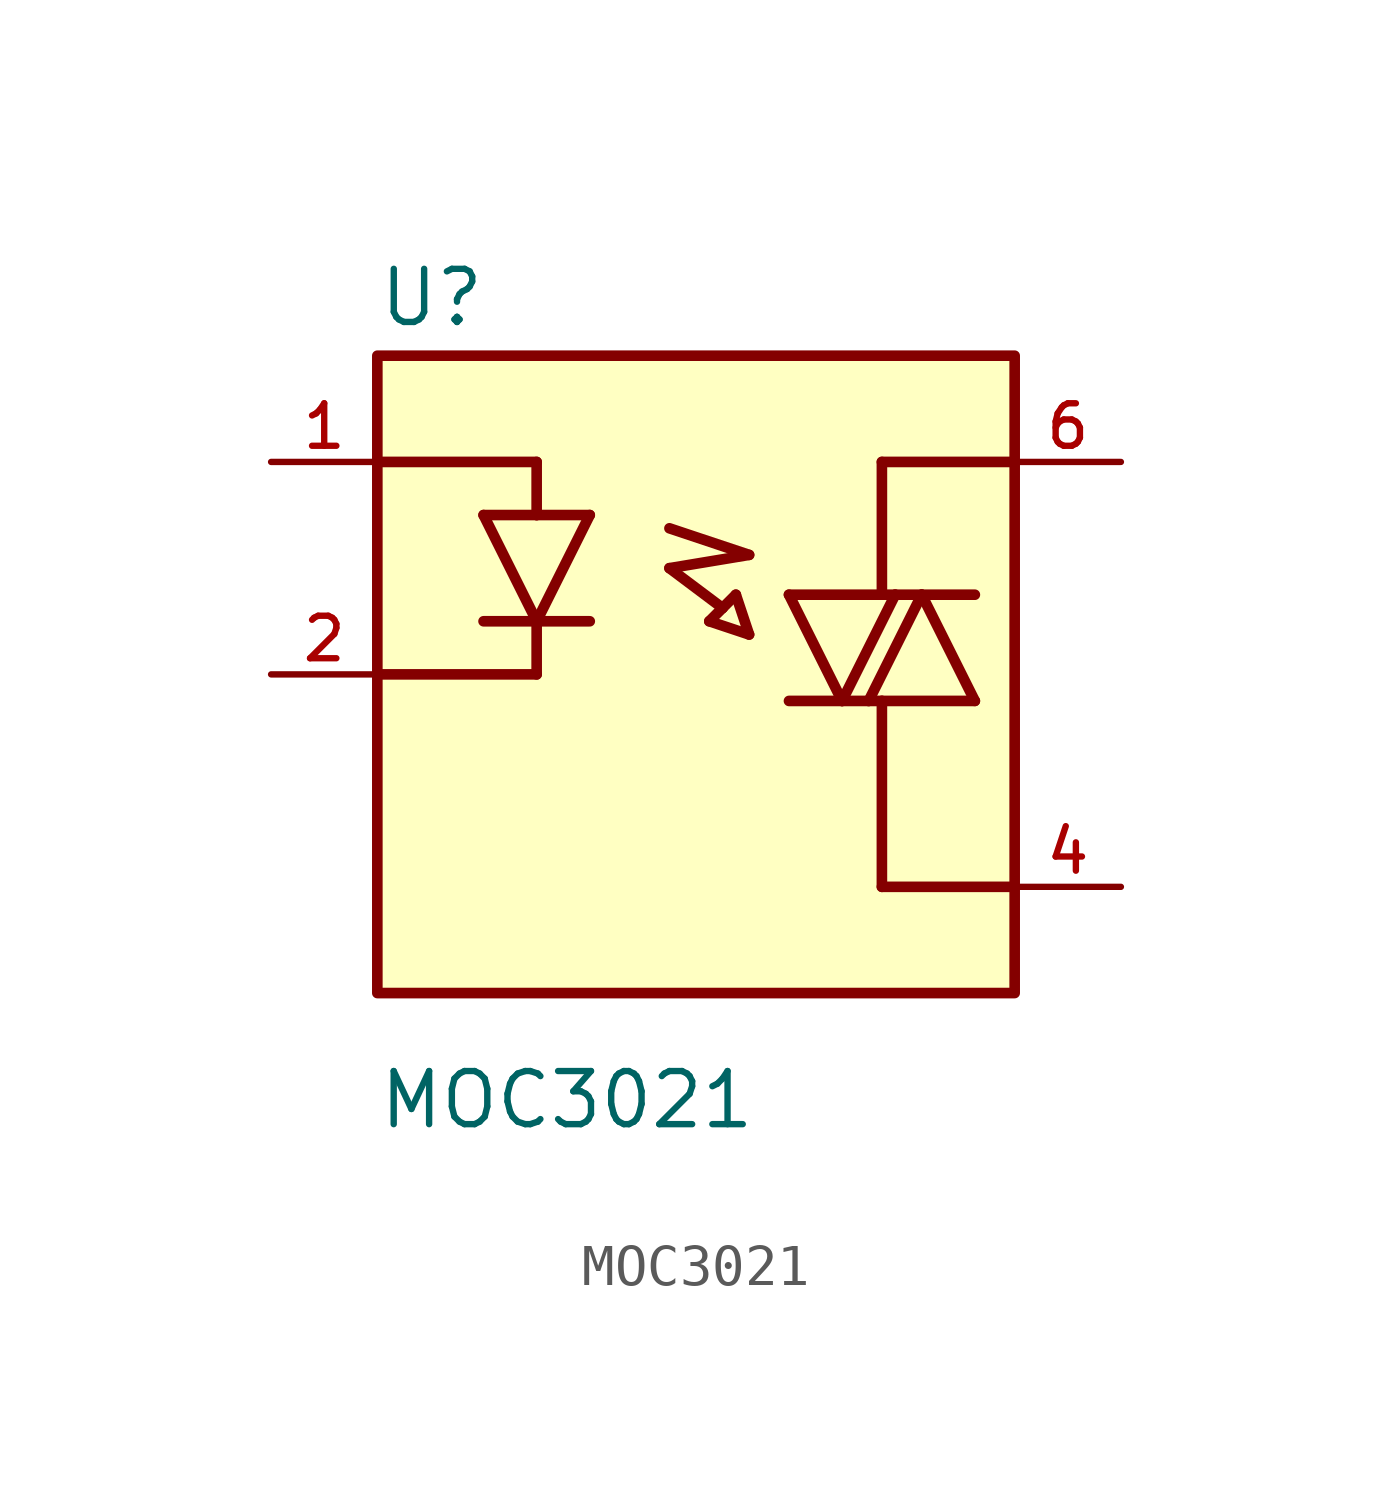
<source format=kicad_sym>
(kicad_symbol_lib
  (version 20211014)
  (generator kicad_symbol_editor)
  (symbol "MOC3021"
    (pin_names
      (offset 1.016))
    (property "Reference" "U"
      (at -7.629 8.264 0)
      (effects (font (size 1.27 1.27)) (justify bottom left)))
    (property "Value" "MOC3021"
      (at -7.631 -10.175 0.0)
      (effects (font (size 1.27 1.27)) (justify left)))
    (symbol "MOC3021_0_0"
      (polyline (pts (xy -5.08 3.81) (xy -3.81 1.27)) (stroke (width 0.254)))
      (polyline (pts (xy -3.81 1.27) (xy -2.54 3.81)) (stroke (width 0.254)))
      (polyline (pts (xy -2.54 3.81) (xy -3.81 3.81)) (stroke (width 0.254)))
      (polyline (pts (xy -3.81 3.81) (xy -5.08 3.81)) (stroke (width 0.254)))
      (polyline (pts (xy -5.08 1.27) (xy -3.81 1.27)) (stroke (width 0.254)))
      (polyline (pts (xy -3.81 1.27) (xy -2.54 1.27)) (stroke (width 0.254)))
      (polyline (pts (xy -3.81 3.81) (xy -3.81 5.08)) (stroke (width 0.254)))
      (polyline (pts (xy -3.81 5.08) (xy -7.62 5.08)) (stroke (width 0.254)))
      (polyline (pts (xy -3.81 1.27) (xy -3.81 0.0)) (stroke (width 0.254)))
      (polyline (pts (xy -3.81 0.0) (xy -7.62 0.0)) (stroke (width 0.254)))
      (polyline (pts (xy 2.223 1.905) (xy 4.445 1.905)) (stroke (width 0.254)))
      (polyline (pts (xy 4.445 1.905) (xy 4.763 1.905)) (stroke (width 0.254)))
      (polyline (pts (xy 4.763 1.905) (xy 3.493 -0.635)) (stroke (width 0.254)))
      (polyline (pts (xy 3.493 -0.635) (xy 2.223 1.905)) (stroke (width 0.254)))
      (polyline (pts (xy 5.397 1.905) (xy 4.128 -0.635)) (stroke (width 0.254)))
      (polyline (pts (xy 4.128 -0.635) (xy 4.445 -0.635)) (stroke (width 0.254)))
      (polyline (pts (xy 4.445 -0.635) (xy 6.668 -0.635)) (stroke (width 0.254)))
      (polyline (pts (xy 6.668 -0.635) (xy 5.397 1.905)) (stroke (width 0.254)))
      (polyline (pts (xy 4.763 1.905) (xy 5.397 1.905)) (stroke (width 0.254)))
      (polyline (pts (xy 5.397 1.905) (xy 6.668 1.905)) (stroke (width 0.254)))
      (polyline (pts (xy 2.223 -0.635) (xy 3.493 -0.635)) (stroke (width 0.254)))
      (polyline (pts (xy 3.493 -0.635) (xy 4.128 -0.635)) (stroke (width 0.254)))
      (polyline (pts (xy 4.445 5.08) (xy 4.445 1.905)) (stroke (width 0.254)))
      (polyline (pts (xy 4.445 -5.08) (xy 7.62 -5.08)) (stroke (width 0.254)))
      (polyline (pts (xy 4.445 5.08) (xy 7.62 5.08)) (stroke (width 0.254)))
      (polyline (pts (xy 4.445 -0.635) (xy 4.445 -5.08)) (stroke (width 0.254)))
      (polyline (pts (xy -0.635 3.493) (xy 1.27 2.857)) (stroke (width 0.254)))
      (polyline (pts (xy 1.27 2.857) (xy -0.635 2.54)) (stroke (width 0.254)))
      (polyline (pts (xy -0.635 2.54) (xy 0.635 1.587)) (stroke (width 0.254)))
      (polyline (pts (xy 0.635 1.587) (xy 0.318 1.27)) (stroke (width 0.254)))
      (polyline (pts (xy 0.318 1.27) (xy 1.27 0.953)) (stroke (width 0.254)))
      (polyline (pts (xy 1.27 0.953) (xy 0.953 1.905)) (stroke (width 0.254)))
      (polyline (pts (xy 0.953 1.905) (xy 0.635 1.587)) (stroke (width 0.254)))
      (rectangle (start -7.62 -7.62) (end 7.62 7.62) (stroke (width 0.254)) (fill (type background)))
      (pin passive line (at -10.16 5.08 0) (length 2.54) (name "~" (effects (font (size 1.016 1.016)))) (number "1" (effects (font (size 1.016 1.016)))))
      (pin passive line (at -10.16 0.0 0) (length 2.54) (name "~" (effects (font (size 1.016 1.016)))) (number "2" (effects (font (size 1.016 1.016)))))
      (pin passive line (at 10.16 5.08 180.0) (length 2.54) (name "~" (effects (font (size 1.016 1.016)))) (number "6" (effects (font (size 1.016 1.016)))))
      (pin passive line (at 10.16 -5.08 180.0) (length 2.54) (name "~" (effects (font (size 1.016 1.016)))) (number "4" (effects (font (size 1.016 1.016))))))))
</source>
